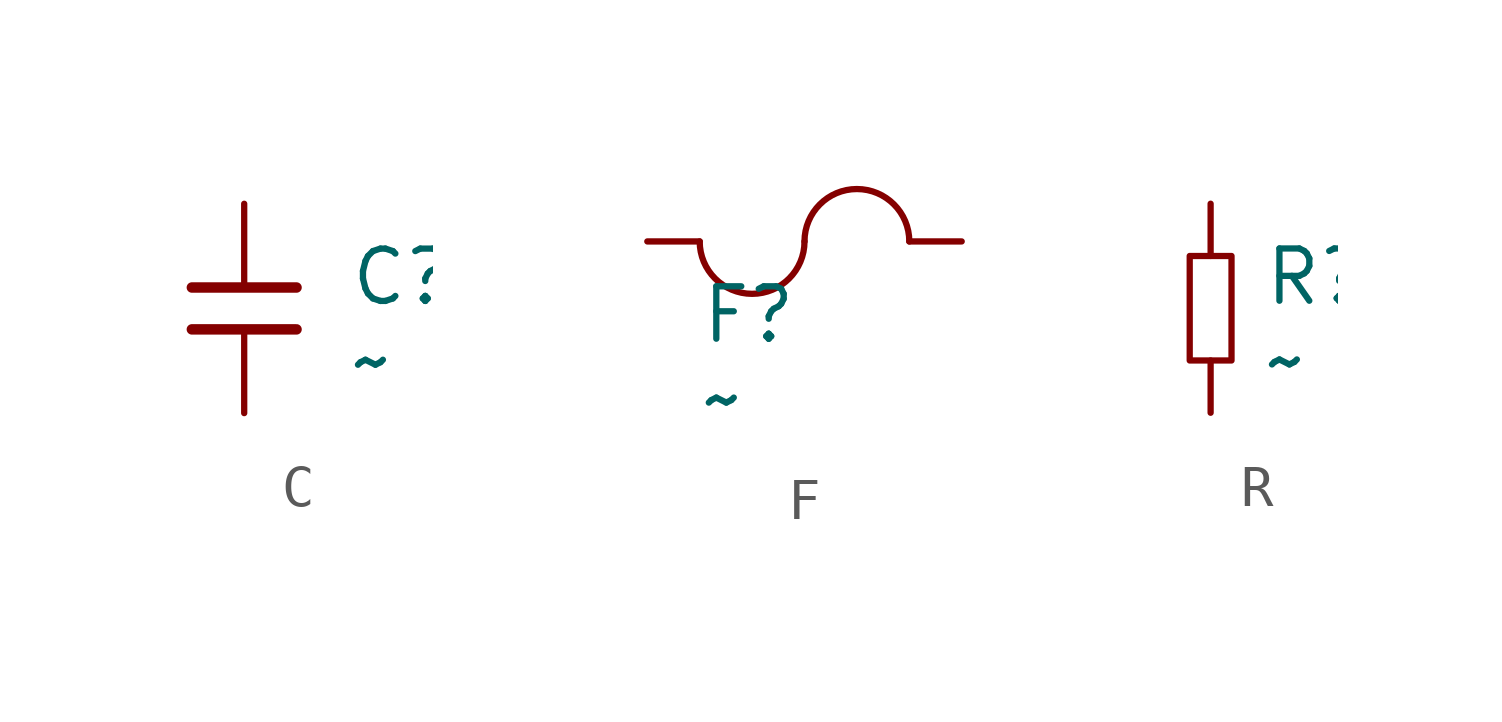
<source format=kicad_sym>
(kicad_symbol_lib
  (version 20231120)
  (generator "kicad_symbol_editor")
  (generator_version "8.0")
  (symbol "C"
    (pin_numbers hide)
    (pin_names hide)
    (property "Reference" "C"
      (at 2.54 -1.778 0)
      (effects (font (size 1.27 1.27)) (justify left)))
    (property "Value" "~"
      (at 2.54 -3.81 0)
      (effects (font (size 1.27 1.27)) (justify left)))
    (symbol "C_0_1"
      (polyline (pts (xy 1.27 -3.048) (xy -1.27 -3.048)) (stroke (width 0.254) (type default)) (fill (type none)))
      (polyline (pts (xy 1.27 -2.032) (xy -1.27 -2.032)) (stroke (width 0.254) (type default)) (fill (type none))))
    (symbol "C_1_1"
      (pin bidirectional line (at 0 0 270) (length 2.032) (name "1" (effects (font (size 1.27 1.27)))) (number "1" (effects (font (size 1.27 1.27)))))
      (pin bidirectional line (at 0 -5.08 90) (length 2.032) (name "2" (effects (font (size 1.27 1.27)))) (number "2" (effects (font (size 1.27 1.27)))))))
  (symbol "F"
    (pin_numbers hide)
    (pin_names hide)
    (property "Reference" "F"
      (at 1.27 -1.778 0)
      (effects (font (size 1.27 1.27)) (justify left)))
    (property "Value" "~"
      (at 1.27 -3.81 0)
      (effects (font (size 1.27 1.27)) (justify left)))
    (symbol "F_0_1"
      (arc (start 1.27 0) (mid 2.54 -1.27) (end 3.81 0) (stroke (width 0) (type default)) (fill (type none)))
      (arc (start 6.35 0) (mid 5.08 1.27) (end 3.81 0) (stroke (width 0) (type default)) (fill (type none))))
    (symbol "F_1_1"
      (pin bidirectional line (at 0 0 0) (length 1.27) (name "1" (effects (font (size 1.27 1.27)))) (number "1" (effects (font (size 1.27 1.27)))))
      (pin bidirectional line (at 7.62 0 180) (length 1.27) (name "2" (effects (font (size 1.27 1.27)))) (number "2" (effects (font (size 1.27 1.27)))))))
  (symbol "R"
    (pin_numbers hide)
    (pin_names hide)
    (property "Reference" "R"
      (at 1.27 -1.778 0)
      (effects (font (size 1.27 1.27)) (justify left)))
    (property "Value" "~"
      (at 1.27 -3.81 0)
      (effects (font (size 1.27 1.27)) (justify left)))
    (symbol "R_0_1"
      (rectangle (start -0.508 -1.27) (end 0.508 -3.81) (stroke (width 0) (type default)) (fill (type none))))
    (symbol "R_1_1"
      (pin bidirectional line (at 0 0 270) (length 1.27) (name "1" (effects (font (size 1.27 1.27)))) (number "1" (effects (font (size 1.27 1.27)))))
      (pin bidirectional line (at 0 -5.08 90) (length 1.27) (name "2" (effects (font (size 1.27 1.27)))) (number "2" (effects (font (size 1.27 1.27))))))))
</source>
